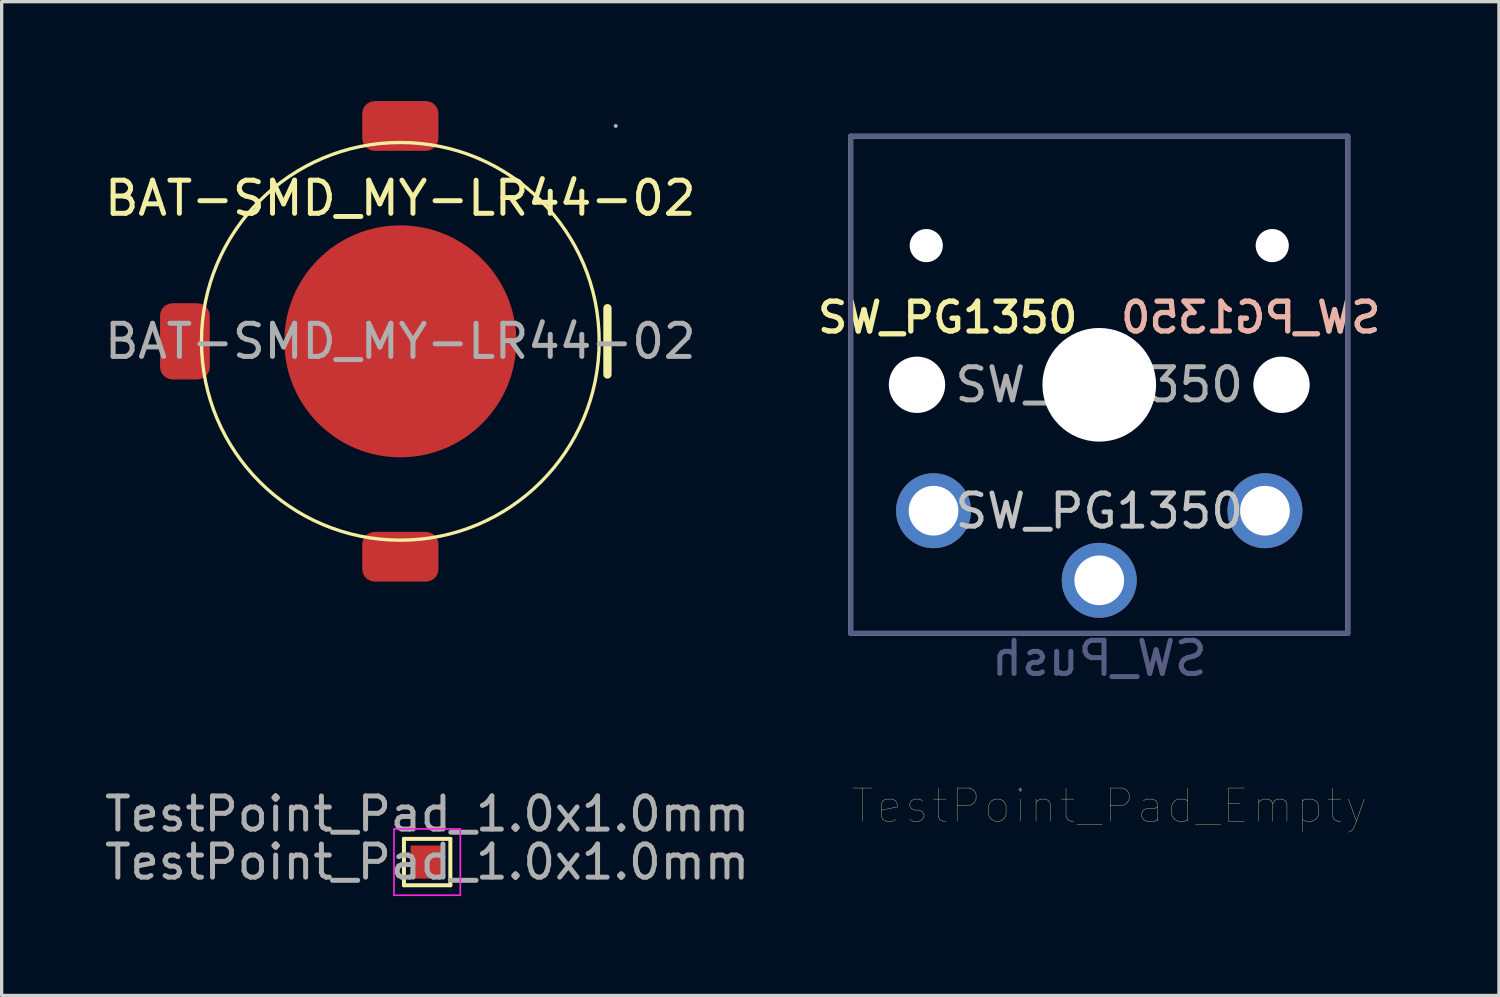
<source format=kicad_pcb>
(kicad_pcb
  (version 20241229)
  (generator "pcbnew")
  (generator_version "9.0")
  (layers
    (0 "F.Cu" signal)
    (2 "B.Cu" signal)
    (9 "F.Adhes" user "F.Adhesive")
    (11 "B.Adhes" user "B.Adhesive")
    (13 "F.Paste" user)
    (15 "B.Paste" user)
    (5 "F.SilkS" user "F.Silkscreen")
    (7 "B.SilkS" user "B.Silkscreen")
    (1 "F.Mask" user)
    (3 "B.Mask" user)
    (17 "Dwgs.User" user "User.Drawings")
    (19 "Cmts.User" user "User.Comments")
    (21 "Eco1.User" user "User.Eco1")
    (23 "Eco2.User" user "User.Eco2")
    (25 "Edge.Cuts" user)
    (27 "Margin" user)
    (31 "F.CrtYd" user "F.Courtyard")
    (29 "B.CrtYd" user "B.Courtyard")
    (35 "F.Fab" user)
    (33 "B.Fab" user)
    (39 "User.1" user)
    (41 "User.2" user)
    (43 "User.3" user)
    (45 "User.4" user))
  (footprint "TestPoint_Pad_Empty"
    (layer "F.Cu")
    (at 30.427 22.029)
    (property "Reference" "TestPoint_Pad_Empty" (at 0 -0.762 0) (layer "F.SilkS") (effects (font (size 1 1) (thickness 0.01))))
    (attr exclude_from_pos_files exclude_from_bom allow_missing_courtyard dnp)
    (pad "1" smd circle (at 0 0) (size 0.001 0.001) (layers "F.Cu")))
  (footprint "SW_PG1350"
    (layer "F.Cu")
    (at 30.12 8.561)
    (property "Reference" "SW_PG1350" (at 0 3.81 180) (layer "Dwgs.User") (effects (font (size 1 1) (thickness 0.15))))
    (property "Value" "SW_Push" (at -0.07 8.17 180) (layer "Dwgs.User") (hide yes) (effects (font (size 1 1) (thickness 0.15))))
    (attr through_hole exclude_from_pos_files)
    (fp_line (start -9 8.136) (end -8.994 -8.1) (stroke (width 0.12) (type solid)) (layer "Eco1.User"))
    (fp_line (start -8.63 -8.5) (end 8.6 -8.5) (stroke (width 0.12) (type solid)) (layer "Eco1.User"))
    (fp_line (start -8.6 8.5) (end 8.636 8.5) (stroke (width 0.12) (type solid)) (layer "Eco1.User"))
    (fp_line (start -2.6 -3.1) (end -2.6 -6.3) (stroke (width 0.15) (type solid)) (layer "Eco1.User"))
    (fp_line (start -2.6 -3.1) (end 2.6 -3.1) (stroke (width 0.15) (type solid)) (layer "Eco1.User"))
    (fp_line (start 2.6 -6.3) (end -2.6 -6.3) (stroke (width 0.15) (type solid)) (layer "Eco1.User"))
    (fp_line (start 2.6 -3.1) (end 2.6 -6.3) (stroke (width 0.15) (type solid)) (layer "Eco1.User"))
    (fp_line (start 9 8.1) (end 9 -8.136) (stroke (width 0.12) (type solid)) (layer "Eco1.User"))
    (fp_arc (start -8.994011 -8.099594) (mid -8.898745 -8.378652) (end -8.63 -8.5) (stroke (width 0.12) (type solid)) (layer "Eco1.User"))
    (fp_arc (start -8.6 8.49968) (mid -8.879058 8.404414) (end -9.000406 8.135669) (stroke (width 0.12) (type solid)) (layer "Eco1.User"))
    (fp_arc (start 8.599915 -8.5) (mid 8.878978 -8.404734) (end 9.000321 -8.135989) (stroke (width 0.12) (type solid)) (layer "Eco1.User"))
    (fp_arc (start 9 8.1) (mid 8.904724 8.37905) (end 8.635989 8.500406) (stroke (width 0.12) (type solid)) (layer "Eco1.User"))
    (fp_line (start -7.5 -7.5) (end 7.5 -7.5) (stroke (width 0.15) (type solid)) (layer "B.Fab"))
    (fp_line (start -7.5 7.5) (end -7.5 -7.5) (stroke (width 0.15) (type solid)) (layer "B.Fab"))
    (fp_line (start 7.5 -7.5) (end 7.5 7.5) (stroke (width 0.15) (type solid)) (layer "B.Fab"))
    (fp_line (start 7.5 7.5) (end -7.5 7.5) (stroke (width 0.15) (type solid)) (layer "B.Fab"))
    (fp_line (start -7.5 -7.5) (end 7.5 -7.5) (stroke (width 0.15) (type solid)) (layer "F.Fab"))
    (fp_line (start -7.5 7.5) (end -7.5 -7.5) (stroke (width 0.15) (type solid)) (layer "F.Fab"))
    (fp_line (start 7.5 -7.5) (end 7.5 7.5) (stroke (width 0.15) (type solid)) (layer "F.Fab"))
    (fp_line (start 7.5 7.5) (end -7.5 7.5) (stroke (width 0.15) (type solid)) (layer "F.Fab"))
    (fp_line (start -6.9 6.9) (end -6.9 -6.9) (stroke (width 0.15) (type solid)) (layer "User.2"))
    (fp_line (start -6.9 6.9) (end 6.9 6.9) (stroke (width 0.15) (type solid)) (layer "User.2"))
    (fp_line (start -6.858 -6.858) (end -6.858 -4.826) (stroke (width 0.12) (type solid)) (layer "User.2"))
    (fp_line (start -6.858 -6.858) (end -4.826 -6.858) (stroke (width 0.12) (type solid)) (layer "User.2"))
    (fp_line (start 6.858 -6.858) (end 4.826 -6.858) (stroke (width 0.12) (type solid)) (layer "User.2"))
    (fp_line (start 6.858 -6.858) (end 6.858 -4.826) (stroke (width 0.12) (type solid)) (layer "User.2"))
    (fp_line (start 6.9 -6.9) (end -6.9 -6.9) (stroke (width 0.15) (type solid)) (layer "User.2"))
    (fp_line (start 6.9 -6.9) (end 6.9 6.9) (stroke (width 0.15) (type solid)) (layer "User.2"))
    (fp_text user "${REFERENCE}" (at -4.572 -2.032 0) (layer "F.SilkS") (effects (font (size 0.9 0.9) (thickness 0.16))))
    (fp_text user "${REFERENCE}" (at 4.572 -2.032 0) (layer "B.SilkS") (effects (font (size 0.9 0.9) (thickness 0.16)) (justify mirror)))
    (fp_text user "${VALUE}" (at 0 8.255 0) (layer "B.Fab") (effects (font (size 1 1) (thickness 0.15)) (justify mirror)))
    (fp_text user "${REFERENCE}" (at 0 0 180) (layer "F.Fab") (effects (font (size 1 1) (thickness 0.15))))
    (pad "" np_thru_hole circle (at -5.5 0) (size 1.7 1.7) (drill 1.7) (layers "*.Cu" "*.Mask"))
    (pad "" np_thru_hole circle (at -5.22 -4.2) (size 1 1) (drill 1) (layers "*.Cu" "*.Mask"))
    (pad "" np_thru_hole circle (at 0 0) (size 3.429 3.429) (drill 3.429) (layers "*.Cu" "*.Mask"))
    (pad "" np_thru_hole circle (at 5.22 -4.2) (size 1 1) (drill 1) (layers "*.Cu" "*.Mask"))
    (pad "" np_thru_hole circle (at 5.5 0) (size 1.7 1.7) (drill 1.7) (layers "*.Cu" "*.Mask"))
    (pad "1" thru_hole circle (at -5 3.8) (size 2.262 2.262) (drill 1.5) (layers "*.Cu" "*.Mask"))
    (pad "1" thru_hole circle (at 5 3.8) (size 2.262 2.262) (drill 1.5) (layers "*.Cu" "*.Mask"))
    (pad "2" thru_hole circle (at 0 5.9) (size 2.262 2.262) (drill 1.5) (layers "*.Cu" "*.Mask")))
  (footprint "BAT-SMD_MY-LR44-02"
    (layer "F.Cu")
    (at 9.03 7.25)
    (property "Reference" "BAT-SMD_MY-LR44-02" (at 0 -4.318 0) (layer "F.SilkS") (effects (font (size 1 1) (thickness 0.15))))
    (attr smd)
    (fp_line (start 6.25 -1) (end 6.25 1) (stroke (width 0.25) (type solid)) (layer "F.SilkS"))
    (fp_circle (center 0 0) (end 6 0) (stroke (width 0.1) (type default)) (fill no) (layer "F.SilkS"))
    (fp_circle (center 6.5 -6.5) (end 6.53 -6.5) (stroke (width 0.06) (type solid)) (fill no) (layer "F.Fab"))
    (fp_text user "${REFERENCE}" (at 0 0 0) (layer "F.Fab") (effects (font (size 1 1) (thickness 0.15))))
    (pad "1" smd circle (at 0 0) (size 7 7) (layers "F.Cu" "F.Mask" "F.Paste"))
    (pad "2" smd roundrect (at 0 -6.5) (size 2.3 1.5) (layers "F.Cu" "F.Mask" "F.Paste") (roundrect_rratio 0.25))
    (pad "3" smd roundrect (at -6.5 0) (size 1.5 2.3) (layers "F.Cu" "F.Mask" "F.Paste") (roundrect_rratio 0.25))
    (pad "4" smd roundrect (at 0 6.5) (size 2.3 1.5) (layers "F.Cu" "F.Mask" "F.Paste") (roundrect_rratio 0.25)))
  (footprint "TestPoint_Pad_1.0x1.0mm"
    (layer "F.Cu")
    (at 9.839 22.963)
    (property "Reference" "TestPoint_Pad_1.0x1.0mm" (at 0 0 0) (layer "F.Fab") (effects (font (size 1 1) (thickness 0.15))))
    (attr exclude_from_pos_files exclude_from_bom)
    (fp_line (start -0.7 -0.7) (end 0.7 -0.7) (stroke (width 0.12) (type solid)) (layer "F.SilkS"))
    (fp_line (start -0.7 0.7) (end -0.7 -0.7) (stroke (width 0.12) (type solid)) (layer "F.SilkS"))
    (fp_line (start 0.7 -0.7) (end 0.7 0.7) (stroke (width 0.12) (type solid)) (layer "F.SilkS"))
    (fp_line (start 0.7 0.7) (end -0.7 0.7) (stroke (width 0.12) (type solid)) (layer "F.SilkS"))
    (fp_line (start -1 -1) (end -1 1) (stroke (width 0.05) (type solid)) (layer "F.CrtYd"))
    (fp_line (start -1 -1) (end 1 -1) (stroke (width 0.05) (type solid)) (layer "F.CrtYd"))
    (fp_line (start 1 1) (end -1 1) (stroke (width 0.05) (type solid)) (layer "F.CrtYd"))
    (fp_line (start 1 1) (end 1 -1) (stroke (width 0.05) (type solid)) (layer "F.CrtYd"))
    (fp_text user "${REFERENCE}" (at 0 -1.45 0) (layer "F.Fab") (effects (font (size 1 1) (thickness 0.15))))
    (pad "1" smd rect (at 0 0) (size 1 1) (layers "F.Cu" "F.Mask")))
  (gr_rect
    (start -3 -3)
    (end 42.181 26.988)
    (stroke (width 0.1) (type default))
    (fill no)
    (layer "Edge.Cuts")))
</source>
